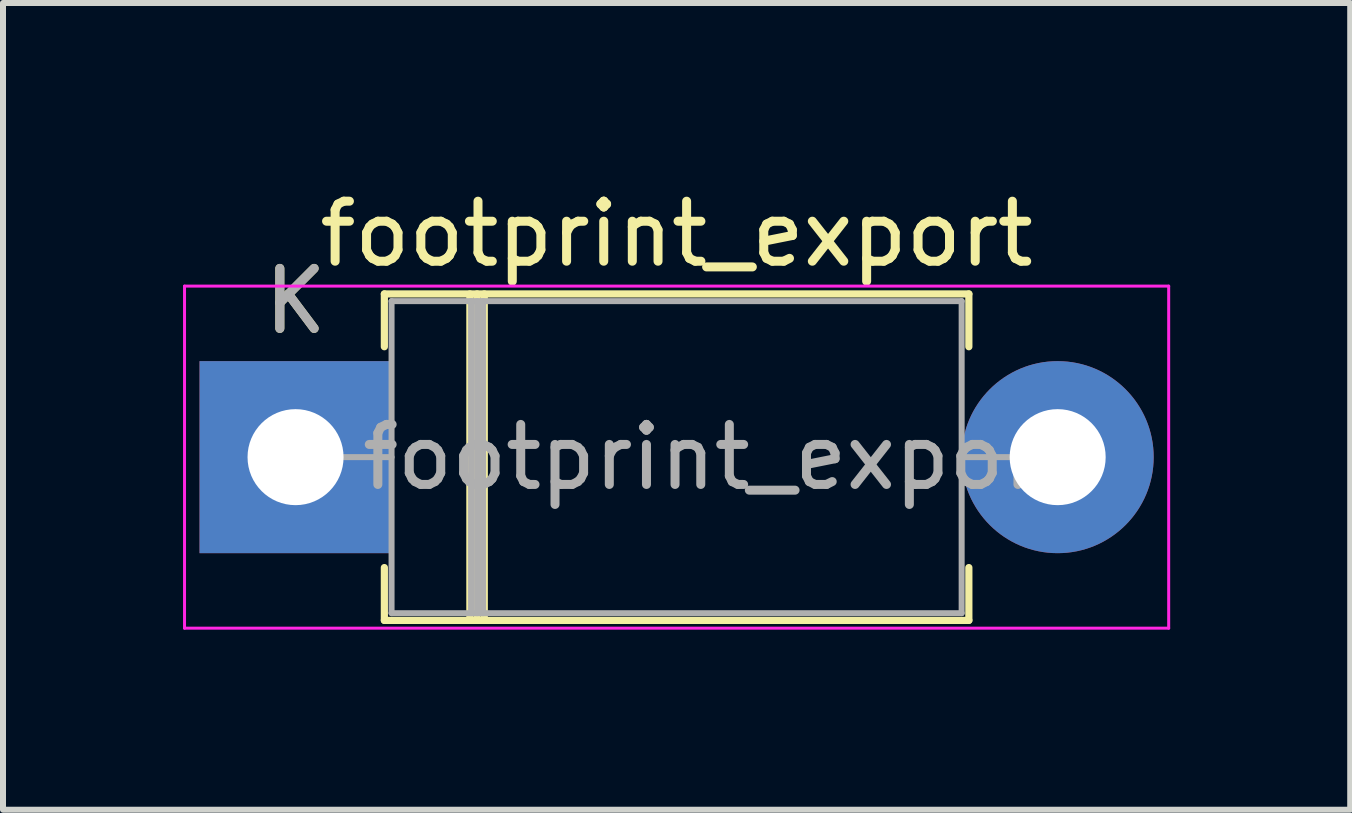
<source format=kicad_pcb>
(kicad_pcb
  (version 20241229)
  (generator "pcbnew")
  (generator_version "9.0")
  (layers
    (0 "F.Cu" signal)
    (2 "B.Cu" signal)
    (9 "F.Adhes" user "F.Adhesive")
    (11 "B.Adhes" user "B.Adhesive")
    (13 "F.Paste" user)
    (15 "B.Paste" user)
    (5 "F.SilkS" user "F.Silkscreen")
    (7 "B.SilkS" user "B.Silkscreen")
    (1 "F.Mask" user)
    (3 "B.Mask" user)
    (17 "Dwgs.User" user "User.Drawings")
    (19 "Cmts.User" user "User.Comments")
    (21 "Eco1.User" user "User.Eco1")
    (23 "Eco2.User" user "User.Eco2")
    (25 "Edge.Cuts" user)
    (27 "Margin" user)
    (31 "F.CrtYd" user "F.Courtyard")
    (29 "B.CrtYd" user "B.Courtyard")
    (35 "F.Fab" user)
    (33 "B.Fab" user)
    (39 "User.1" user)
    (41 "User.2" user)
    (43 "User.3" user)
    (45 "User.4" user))
  (footprint "footprint_export"
    (layer "F.Cu")
    (at 1.875 4.568)
    (property "Reference" "footprint_export" (at 6.35 -3.72 0) (layer "F.SilkS") (effects (font (size 1 1) (thickness 0.15))))
    (attr through_hole)
    (fp_line (start 1.48 -2.72) (end 11.22 -2.72) (stroke (width 0.12) (type solid)) (layer "F.SilkS"))
    (fp_line (start 1.48 -1.84) (end 1.48 -2.72) (stroke (width 0.12) (type solid)) (layer "F.SilkS"))
    (fp_line (start 1.48 1.84) (end 1.48 2.72) (stroke (width 0.12) (type solid)) (layer "F.SilkS"))
    (fp_line (start 1.48 2.72) (end 11.22 2.72) (stroke (width 0.12) (type solid)) (layer "F.SilkS"))
    (fp_line (start 2.905 -2.72) (end 2.905 2.72) (stroke (width 0.12) (type solid)) (layer "F.SilkS"))
    (fp_line (start 3.025 -2.72) (end 3.025 2.72) (stroke (width 0.12) (type solid)) (layer "F.SilkS"))
    (fp_line (start 3.145 -2.72) (end 3.145 2.72) (stroke (width 0.12) (type solid)) (layer "F.SilkS"))
    (fp_line (start 11.22 -2.72) (end 11.22 -1.84) (stroke (width 0.12) (type solid)) (layer "F.SilkS"))
    (fp_line (start 11.22 2.72) (end 11.22 1.84) (stroke (width 0.12) (type solid)) (layer "F.SilkS"))
    (fp_line (start -1.85 -2.85) (end -1.85 2.85) (stroke (width 0.05) (type solid)) (layer "F.CrtYd"))
    (fp_line (start -1.85 2.85) (end 14.55 2.85) (stroke (width 0.05) (type solid)) (layer "F.CrtYd"))
    (fp_line (start 14.55 -2.85) (end -1.85 -2.85) (stroke (width 0.05) (type solid)) (layer "F.CrtYd"))
    (fp_line (start 14.55 2.85) (end 14.55 -2.85) (stroke (width 0.05) (type solid)) (layer "F.CrtYd"))
    (fp_line (start 0 0) (end 1.6 0) (stroke (width 0.1) (type solid)) (layer "F.Fab"))
    (fp_line (start 1.6 -2.6) (end 1.6 2.6) (stroke (width 0.1) (type solid)) (layer "F.Fab"))
    (fp_line (start 1.6 2.6) (end 11.1 2.6) (stroke (width 0.1) (type solid)) (layer "F.Fab"))
    (fp_line (start 2.925 -2.6) (end 2.925 2.6) (stroke (width 0.1) (type solid)) (layer "F.Fab"))
    (fp_line (start 3.025 -2.6) (end 3.025 2.6) (stroke (width 0.1) (type solid)) (layer "F.Fab"))
    (fp_line (start 3.125 -2.6) (end 3.125 2.6) (stroke (width 0.1) (type solid)) (layer "F.Fab"))
    (fp_line (start 11.1 -2.6) (end 1.6 -2.6) (stroke (width 0.1) (type solid)) (layer "F.Fab"))
    (fp_line (start 11.1 2.6) (end 11.1 -2.6) (stroke (width 0.1) (type solid)) (layer "F.Fab"))
    (fp_line (start 12.7 0) (end 11.1 0) (stroke (width 0.1) (type solid)) (layer "F.Fab"))
    (fp_text user "K" (at 0 -2.6 0) (layer "F.SilkS") (effects (font (size 1 1) (thickness 0.15))))
    (fp_text user "${REFERENCE}" (at 7.062 0 0) (layer "F.Fab") (effects (font (size 1 1) (thickness 0.15))))
    (fp_text user "K" (at 0 -2.6 0) (layer "F.Fab") (effects (font (size 1 1) (thickness 0.15))))
    (pad "1" thru_hole rect (at 0 0) (size 3.2 3.2) (drill 1.6) (layers "*.Cu" "*.Mask"))
    (pad "2" thru_hole oval (at 12.7 0) (size 3.2 3.2) (drill 1.6) (layers "*.Cu" "*.Mask")))
  (gr_rect
    (start -3 -3)
    (end 19.45 10.443)
    (stroke (width 0.1) (type default))
    (fill no)
    (layer "Edge.Cuts")))
</source>
